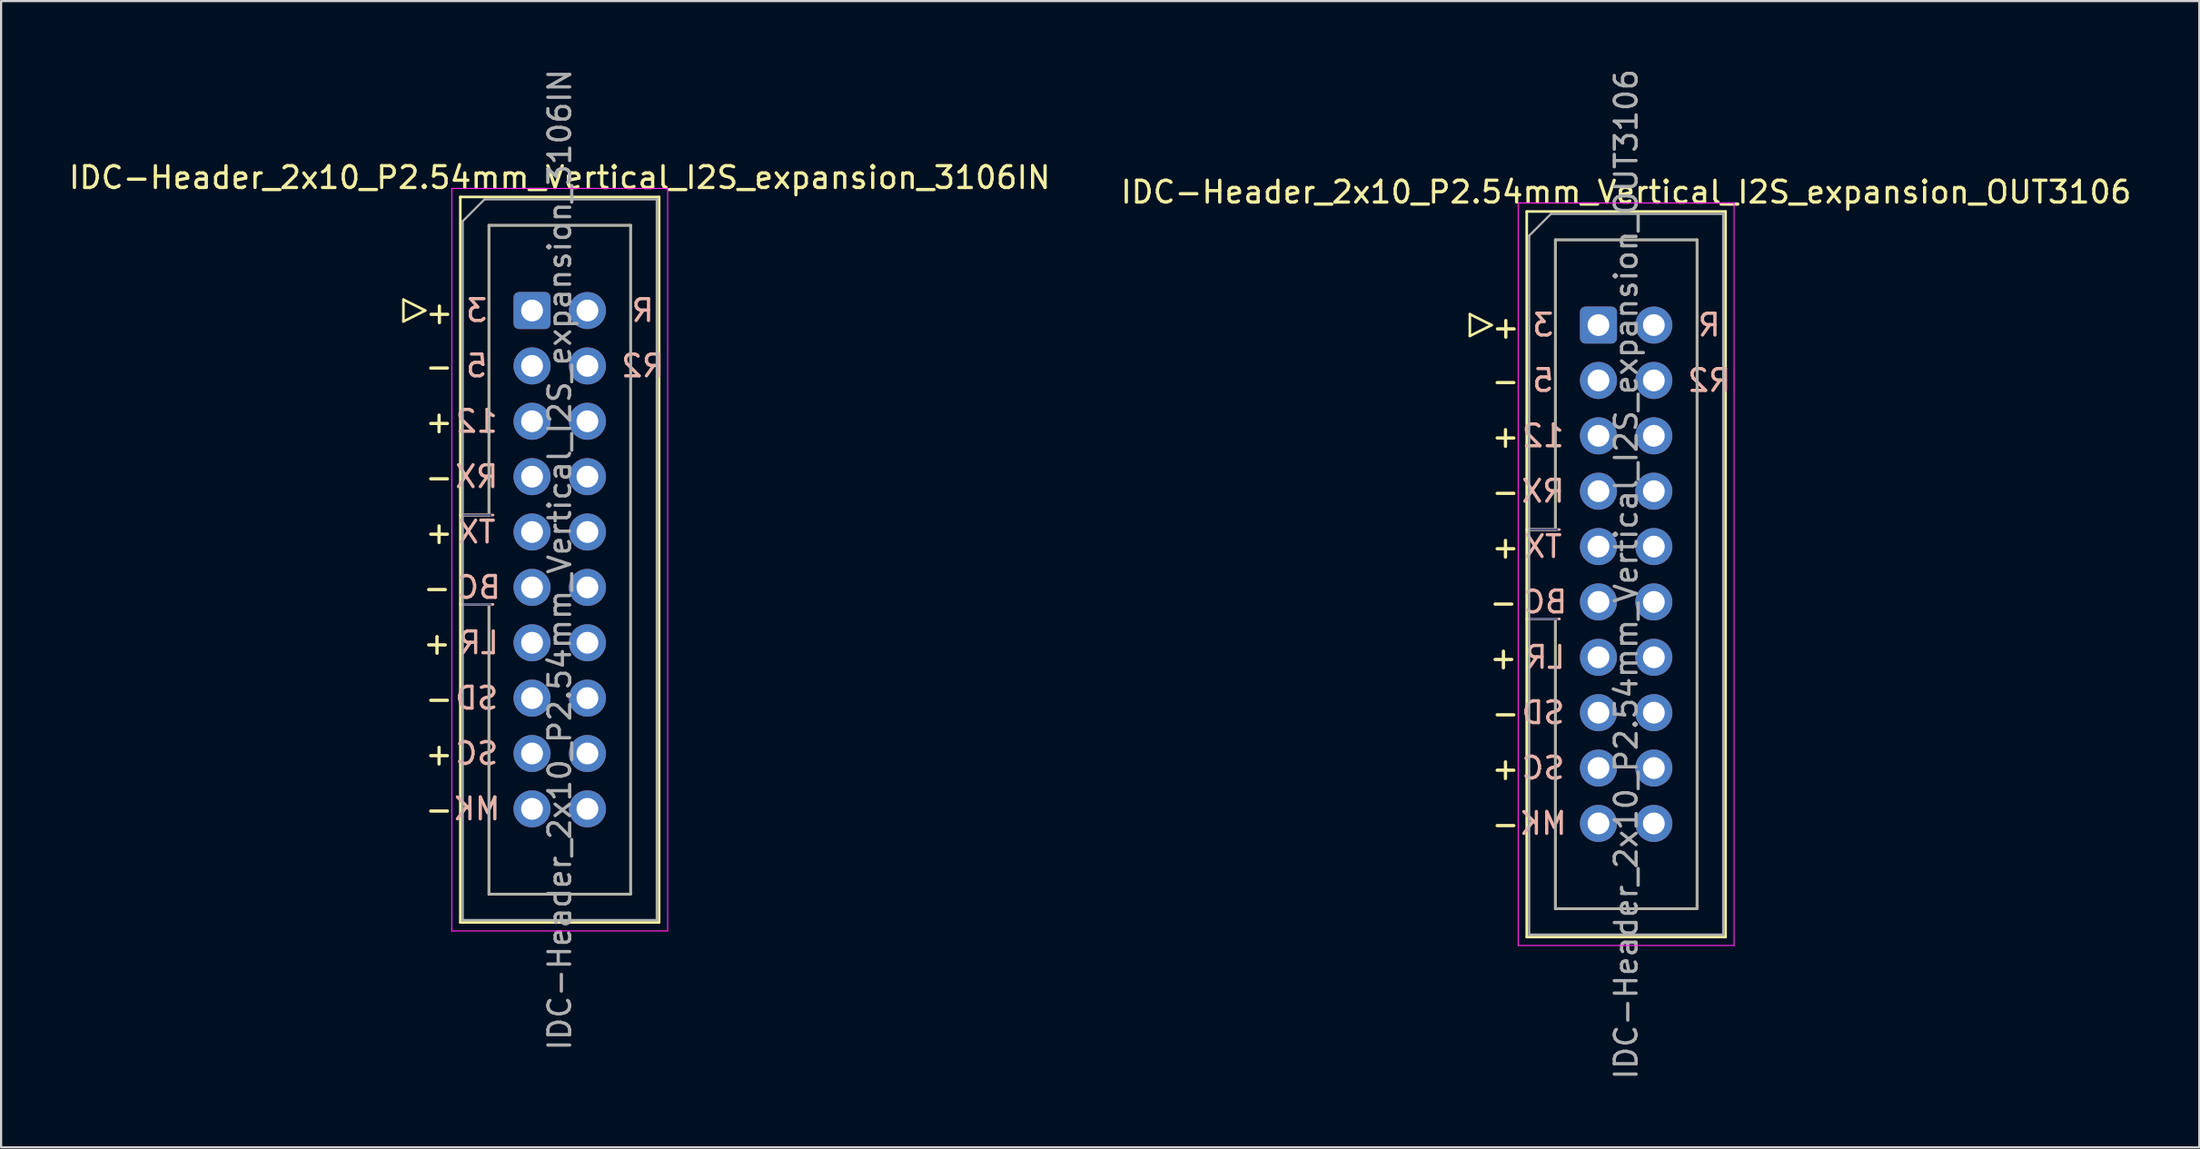
<source format=kicad_pcb>
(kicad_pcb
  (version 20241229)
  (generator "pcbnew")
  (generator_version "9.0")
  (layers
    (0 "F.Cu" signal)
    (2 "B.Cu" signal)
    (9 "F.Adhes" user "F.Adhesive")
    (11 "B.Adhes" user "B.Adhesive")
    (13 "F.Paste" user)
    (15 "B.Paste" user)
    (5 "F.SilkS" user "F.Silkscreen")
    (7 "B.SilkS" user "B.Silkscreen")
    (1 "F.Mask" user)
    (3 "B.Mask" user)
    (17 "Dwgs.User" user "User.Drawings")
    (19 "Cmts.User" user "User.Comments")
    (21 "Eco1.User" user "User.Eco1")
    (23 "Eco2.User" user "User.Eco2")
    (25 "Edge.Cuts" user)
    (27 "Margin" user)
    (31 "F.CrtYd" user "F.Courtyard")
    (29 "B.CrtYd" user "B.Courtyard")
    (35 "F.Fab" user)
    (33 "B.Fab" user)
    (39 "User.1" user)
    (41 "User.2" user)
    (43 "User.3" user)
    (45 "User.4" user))
  (footprint "IDC-Header_2x10_P2.54mm_Vertical_I2S_expansion_3106IN"
    (layer "F.Cu")
    (at 21.355 11.195)
    (property "Reference" "IDC-Header_2x10_P2.54mm_Vertical_I2S_expansion_3106IN" (at 1.27 -6.1 0) (layer "F.SilkS") (effects (font (size 1 1) (thickness 0.15))))
    (attr through_hole)
    (fp_line (start -5.9 -0.5) (end -5.9 0.5) (stroke (width 0.12) (type solid)) (layer "F.SilkS"))
    (fp_line (start -5.9 0.5) (end -4.9 0) (stroke (width 0.12) (type solid)) (layer "F.SilkS"))
    (fp_line (start -4.9 0) (end -5.9 -0.5) (stroke (width 0.12) (type solid)) (layer "F.SilkS"))
    (fp_line (start -3.29 -5.21) (end 5.83 -5.21) (stroke (width 0.12) (type solid)) (layer "F.SilkS"))
    (fp_line (start -3.29 9.38) (end -1.98 9.38) (stroke (width 0.12) (type solid)) (layer "F.SilkS"))
    (fp_line (start -3.29 28.07) (end -3.29 -5.21) (stroke (width 0.12) (type solid)) (layer "F.SilkS"))
    (fp_line (start -1.98 -3.91) (end 4.52 -3.91) (stroke (width 0.12) (type solid)) (layer "F.SilkS"))
    (fp_line (start -1.98 9.38) (end -1.98 -3.91) (stroke (width 0.12) (type solid)) (layer "F.SilkS"))
    (fp_line (start -1.98 13.48) (end -3.29 13.48) (stroke (width 0.12) (type solid)) (layer "F.SilkS"))
    (fp_line (start -1.98 13.48) (end -1.98 13.48) (stroke (width 0.12) (type solid)) (layer "F.SilkS"))
    (fp_line (start -1.98 26.77) (end -1.98 13.48) (stroke (width 0.12) (type solid)) (layer "F.SilkS"))
    (fp_line (start 4.52 -3.91) (end 4.52 26.77) (stroke (width 0.12) (type solid)) (layer "F.SilkS"))
    (fp_line (start 4.52 26.77) (end -1.98 26.77) (stroke (width 0.12) (type solid)) (layer "F.SilkS"))
    (fp_line (start 5.83 -5.21) (end 5.83 28.07) (stroke (width 0.12) (type solid)) (layer "F.SilkS"))
    (fp_line (start 5.83 28.07) (end -3.29 28.07) (stroke (width 0.12) (type solid)) (layer "F.SilkS"))
    (fp_line (start -3.1 13.48) (end -1.79 13.48) (stroke (width 0.12) (type solid)) (layer "B.SilkS"))
    (fp_line (start -1.79 9.38) (end -3.1 9.38) (stroke (width 0.12) (type solid)) (layer "B.SilkS"))
    (fp_line (start -3.68 -5.6) (end -3.68 28.46) (stroke (width 0.05) (type solid)) (layer "F.CrtYd"))
    (fp_line (start -3.68 28.46) (end 6.22 28.46) (stroke (width 0.05) (type solid)) (layer "F.CrtYd"))
    (fp_line (start 6.22 -5.6) (end -3.68 -5.6) (stroke (width 0.05) (type solid)) (layer "F.CrtYd"))
    (fp_line (start 6.22 28.46) (end 6.22 -5.6) (stroke (width 0.05) (type solid)) (layer "F.CrtYd"))
    (fp_line (start -3.1 13.48) (end -1.9 13.48) (stroke (width 0.1) (type solid)) (layer "B.Fab"))
    (fp_line (start -1.9 9.38) (end -3.1 9.38) (stroke (width 0.1) (type solid)) (layer "B.Fab"))
    (fp_line (start -3.18 -4.1) (end -2.18 -5.1) (stroke (width 0.1) (type solid)) (layer "F.Fab"))
    (fp_line (start -3.18 9.38) (end -1.98 9.38) (stroke (width 0.1) (type solid)) (layer "F.Fab"))
    (fp_line (start -3.18 27.96) (end -3.18 -4.1) (stroke (width 0.1) (type solid)) (layer "F.Fab"))
    (fp_line (start -2.18 -5.1) (end 5.72 -5.1) (stroke (width 0.1) (type solid)) (layer "F.Fab"))
    (fp_line (start -1.98 -3.91) (end 4.52 -3.91) (stroke (width 0.1) (type solid)) (layer "F.Fab"))
    (fp_line (start -1.98 9.38) (end -1.98 -3.91) (stroke (width 0.1) (type solid)) (layer "F.Fab"))
    (fp_line (start -1.98 13.48) (end -3.18 13.48) (stroke (width 0.1) (type solid)) (layer "F.Fab"))
    (fp_line (start -1.98 13.48) (end -1.98 13.48) (stroke (width 0.1) (type solid)) (layer "F.Fab"))
    (fp_line (start -1.98 26.77) (end -1.98 13.48) (stroke (width 0.1) (type solid)) (layer "F.Fab"))
    (fp_line (start 4.52 -3.91) (end 4.52 26.77) (stroke (width 0.1) (type solid)) (layer "F.Fab"))
    (fp_line (start 4.52 26.77) (end -1.98 26.77) (stroke (width 0.1) (type solid)) (layer "F.Fab"))
    (fp_line (start 5.72 -5.1) (end 5.72 27.96) (stroke (width 0.1) (type solid)) (layer "F.Fab"))
    (fp_line (start 5.72 27.96) (end -3.18 27.96) (stroke (width 0.1) (type solid)) (layer "F.Fab"))
    (fp_text user "+" (at -4.265 5.105 0) (unlocked yes) (layer "F.SilkS") (effects (font (size 1 1) (thickness 0.15))))
    (fp_text user "+" (at -4.25 0.1 0) (unlocked yes) (layer "F.SilkS") (effects (font (size 1 1) (thickness 0.15))))
    (fp_text user "-" (at -4.265 7.645 0) (unlocked yes) (layer "F.SilkS") (effects (font (size 1 1) (thickness 0.15))))
    (fp_text user "-" (at -4.265 22.885 0) (unlocked yes) (layer "F.SilkS") (effects (font (size 1 1) (thickness 0.15))))
    (fp_text user "+" (at -4.265 10.185 0) (unlocked yes) (layer "F.SilkS") (effects (font (size 1 1) (thickness 0.15))))
    (fp_text user "-" (at -4.265 17.805 0) (unlocked yes) (layer "F.SilkS") (effects (font (size 1 1) (thickness 0.15))))
    (fp_text user "-" (at -4.265 2.565 0) (unlocked yes) (layer "F.SilkS") (effects (font (size 1 1) (thickness 0.15))))
    (fp_text user "+" (at -4.36 15.265 0) (unlocked yes) (layer "F.SilkS") (effects (font (size 1 1) (thickness 0.15))))
    (fp_text user "-" (at -4.36 12.725 0) (unlocked yes) (layer "F.SilkS") (effects (font (size 1 1) (thickness 0.15))))
    (fp_text user "+" (at -4.265 20.345 0) (unlocked yes) (layer "F.SilkS") (effects (font (size 1 1) (thickness 0.15))))
    (fp_text user "R" (at 5.08 0 0) (unlocked yes) (layer "B.SilkS") (effects (font (size 1 1) (thickness 0.15)) (justify mirror)))
    (fp_text user "R2" (at 5.08 2.54 0) (unlocked yes) (layer "B.SilkS") (effects (font (size 1 1) (thickness 0.15)) (justify mirror)))
    (fp_text user "MK" (at -2.54 22.86 0) (unlocked yes) (layer "B.SilkS") (effects (font (size 1 1) (thickness 0.15)) (justify mirror)))
    (fp_text user "SC" (at -2.54 20.32 0) (unlocked yes) (layer "B.SilkS") (effects (font (size 1 1) (thickness 0.15)) (justify mirror)))
    (fp_text user "12" (at -2.54 5.08 0) (unlocked yes) (layer "B.SilkS") (effects (font (size 1 1) (thickness 0.15)) (justify mirror)))
    (fp_text user "TX" (at -2.54 10.16 0) (unlocked yes) (layer "B.SilkS") (effects (font (size 1 1) (thickness 0.15)) (justify mirror)))
    (fp_text user "RX" (at -2.54 7.62 0) (unlocked yes) (layer "B.SilkS") (effects (font (size 1 1) (thickness 0.15)) (justify mirror)))
    (fp_text user "BC" (at -2.445 12.7 0) (unlocked yes) (layer "B.SilkS") (effects (font (size 1 1) (thickness 0.15)) (justify mirror)))
    (fp_text user "3" (at -2.54 0 0) (unlocked yes) (layer "B.SilkS") (effects (font (size 1 1) (thickness 0.15)) (justify mirror)))
    (fp_text user "SD" (at -2.54 17.78 0) (unlocked yes) (layer "B.SilkS") (effects (font (size 1 1) (thickness 0.15)) (justify mirror)))
    (fp_text user "LR" (at -2.445 15.24 0) (unlocked yes) (layer "B.SilkS") (effects (font (size 1 1) (thickness 0.15)) (justify mirror)))
    (fp_text user "5" (at -2.54 2.54 0) (unlocked yes) (layer "B.SilkS") (effects (font (size 1 1) (thickness 0.15)) (justify mirror)))
    (fp_text user "${REFERENCE}" (at 1.27 11.43 90) (layer "F.Fab") (effects (font (size 1 1) (thickness 0.15))))
    (pad "1" thru_hole roundrect (at 0 0) (size 1.7 1.7) (drill 1) (layers "*.Cu" "*.Mask") (roundrect_rratio 0.147))
    (pad "2" thru_hole circle (at 2.54 0) (size 1.7 1.7) (drill 1) (layers "*.Cu" "*.Mask"))
    (pad "3" thru_hole circle (at 0 2.54) (size 1.7 1.7) (drill 1) (layers "*.Cu" "*.Mask"))
    (pad "4" thru_hole circle (at 2.54 2.54) (size 1.7 1.7) (drill 1) (layers "*.Cu" "*.Mask"))
    (pad "5" thru_hole circle (at 0 5.08) (size 1.7 1.7) (drill 1) (layers "*.Cu" "*.Mask"))
    (pad "6" thru_hole circle (at 2.54 5.08) (size 1.7 1.7) (drill 1) (layers "*.Cu" "*.Mask"))
    (pad "7" thru_hole circle (at 0 7.62) (size 1.7 1.7) (drill 1) (layers "*.Cu" "*.Mask"))
    (pad "8" thru_hole circle (at 2.54 7.62) (size 1.7 1.7) (drill 1) (layers "*.Cu" "*.Mask"))
    (pad "9" thru_hole circle (at 0 10.16) (size 1.7 1.7) (drill 1) (layers "*.Cu" "*.Mask"))
    (pad "10" thru_hole circle (at 2.54 10.16) (size 1.7 1.7) (drill 1) (layers "*.Cu" "*.Mask"))
    (pad "11" thru_hole circle (at 0 12.7) (size 1.7 1.7) (drill 1) (layers "*.Cu" "*.Mask"))
    (pad "12" thru_hole circle (at 2.54 12.7) (size 1.7 1.7) (drill 1) (layers "*.Cu" "*.Mask"))
    (pad "13" thru_hole circle (at 0 15.24) (size 1.7 1.7) (drill 1) (layers "*.Cu" "*.Mask"))
    (pad "14" thru_hole circle (at 2.54 15.24) (size 1.7 1.7) (drill 1) (layers "*.Cu" "*.Mask"))
    (pad "15" thru_hole circle (at 0 17.78) (size 1.7 1.7) (drill 1) (layers "*.Cu" "*.Mask"))
    (pad "16" thru_hole circle (at 2.54 17.78) (size 1.7 1.7) (drill 1) (layers "*.Cu" "*.Mask"))
    (pad "17" thru_hole circle (at 0 20.32) (size 1.7 1.7) (drill 1) (layers "*.Cu" "*.Mask"))
    (pad "18" thru_hole circle (at 2.54 20.32) (size 1.7 1.7) (drill 1) (layers "*.Cu" "*.Mask"))
    (pad "19" thru_hole circle (at 0 22.86) (size 1.7 1.7) (drill 1) (layers "*.Cu" "*.Mask"))
    (pad "20" thru_hole circle (at 2.54 22.86) (size 1.7 1.7) (drill 1) (layers "*.Cu" "*.Mask")))
  (footprint "IDC-Header_2x10_P2.54mm_Vertical_I2S_expansion_OUT3106"
    (layer "F.Cu")
    (at 70.272 11.862)
    (property "Reference" "IDC-Header_2x10_P2.54mm_Vertical_I2S_expansion_OUT3106" (at 1.27 -6.1 0) (layer "F.SilkS") (effects (font (size 1 1) (thickness 0.15))))
    (attr through_hole)
    (fp_line (start -5.9 -0.5) (end -5.9 0.5) (stroke (width 0.12) (type solid)) (layer "F.SilkS"))
    (fp_line (start -5.9 0.5) (end -4.9 0) (stroke (width 0.12) (type solid)) (layer "F.SilkS"))
    (fp_line (start -4.9 0) (end -5.9 -0.5) (stroke (width 0.12) (type solid)) (layer "F.SilkS"))
    (fp_line (start -3.29 -5.21) (end 5.83 -5.21) (stroke (width 0.12) (type solid)) (layer "F.SilkS"))
    (fp_line (start -3.29 9.38) (end -1.98 9.38) (stroke (width 0.12) (type solid)) (layer "F.SilkS"))
    (fp_line (start -3.29 28.07) (end -3.29 -5.21) (stroke (width 0.12) (type solid)) (layer "F.SilkS"))
    (fp_line (start -1.98 -3.91) (end 4.52 -3.91) (stroke (width 0.12) (type solid)) (layer "F.SilkS"))
    (fp_line (start -1.98 9.38) (end -1.98 -3.91) (stroke (width 0.12) (type solid)) (layer "F.SilkS"))
    (fp_line (start -1.98 13.48) (end -3.29 13.48) (stroke (width 0.12) (type solid)) (layer "F.SilkS"))
    (fp_line (start -1.98 13.48) (end -1.98 13.48) (stroke (width 0.12) (type solid)) (layer "F.SilkS"))
    (fp_line (start -1.98 26.77) (end -1.98 13.48) (stroke (width 0.12) (type solid)) (layer "F.SilkS"))
    (fp_line (start 4.52 -3.91) (end 4.52 26.77) (stroke (width 0.12) (type solid)) (layer "F.SilkS"))
    (fp_line (start 4.52 26.77) (end -1.98 26.77) (stroke (width 0.12) (type solid)) (layer "F.SilkS"))
    (fp_line (start 5.83 -5.21) (end 5.83 28.07) (stroke (width 0.12) (type solid)) (layer "F.SilkS"))
    (fp_line (start 5.83 28.07) (end -3.29 28.07) (stroke (width 0.12) (type solid)) (layer "F.SilkS"))
    (fp_line (start -3.1 13.48) (end -1.79 13.48) (stroke (width 0.12) (type solid)) (layer "B.SilkS"))
    (fp_line (start -1.79 9.38) (end -3.1 9.38) (stroke (width 0.12) (type solid)) (layer "B.SilkS"))
    (fp_line (start -3.68 -5.6) (end -3.68 28.46) (stroke (width 0.05) (type solid)) (layer "F.CrtYd"))
    (fp_line (start -3.68 28.46) (end 6.22 28.46) (stroke (width 0.05) (type solid)) (layer "F.CrtYd"))
    (fp_line (start 6.22 -5.6) (end -3.68 -5.6) (stroke (width 0.05) (type solid)) (layer "F.CrtYd"))
    (fp_line (start 6.22 28.46) (end 6.22 -5.6) (stroke (width 0.05) (type solid)) (layer "F.CrtYd"))
    (fp_line (start -3.1 13.48) (end -1.9 13.48) (stroke (width 0.1) (type solid)) (layer "B.Fab"))
    (fp_line (start -1.9 9.38) (end -3.1 9.38) (stroke (width 0.1) (type solid)) (layer "B.Fab"))
    (fp_line (start -3.18 -4.1) (end -2.18 -5.1) (stroke (width 0.1) (type solid)) (layer "F.Fab"))
    (fp_line (start -3.18 9.38) (end -1.98 9.38) (stroke (width 0.1) (type solid)) (layer "F.Fab"))
    (fp_line (start -3.18 27.96) (end -3.18 -4.1) (stroke (width 0.1) (type solid)) (layer "F.Fab"))
    (fp_line (start -2.18 -5.1) (end 5.72 -5.1) (stroke (width 0.1) (type solid)) (layer "F.Fab"))
    (fp_line (start -1.98 -3.91) (end 4.52 -3.91) (stroke (width 0.1) (type solid)) (layer "F.Fab"))
    (fp_line (start -1.98 9.38) (end -1.98 -3.91) (stroke (width 0.1) (type solid)) (layer "F.Fab"))
    (fp_line (start -1.98 13.48) (end -3.18 13.48) (stroke (width 0.1) (type solid)) (layer "F.Fab"))
    (fp_line (start -1.98 13.48) (end -1.98 13.48) (stroke (width 0.1) (type solid)) (layer "F.Fab"))
    (fp_line (start -1.98 26.77) (end -1.98 13.48) (stroke (width 0.1) (type solid)) (layer "F.Fab"))
    (fp_line (start 4.52 -3.91) (end 4.52 26.77) (stroke (width 0.1) (type solid)) (layer "F.Fab"))
    (fp_line (start 4.52 26.77) (end -1.98 26.77) (stroke (width 0.1) (type solid)) (layer "F.Fab"))
    (fp_line (start 5.72 -5.1) (end 5.72 27.96) (stroke (width 0.1) (type solid)) (layer "F.Fab"))
    (fp_line (start 5.72 27.96) (end -3.18 27.96) (stroke (width 0.1) (type solid)) (layer "F.Fab"))
    (fp_text user "-" (at -4.265 7.645 0) (unlocked yes) (layer "F.SilkS") (effects (font (size 1 1) (thickness 0.15))))
    (fp_text user "-" (at -4.265 22.885 0) (unlocked yes) (layer "F.SilkS") (effects (font (size 1 1) (thickness 0.15))))
    (fp_text user "+" (at -4.265 20.345 0) (unlocked yes) (layer "F.SilkS") (effects (font (size 1 1) (thickness 0.15))))
    (fp_text user "+" (at -4.265 10.185 0) (unlocked yes) (layer "F.SilkS") (effects (font (size 1 1) (thickness 0.15))))
    (fp_text user "-" (at -4.265 2.565 0) (unlocked yes) (layer "F.SilkS") (effects (font (size 1 1) (thickness 0.15))))
    (fp_text user "-" (at -4.265 17.805 0) (unlocked yes) (layer "F.SilkS") (effects (font (size 1 1) (thickness 0.15))))
    (fp_text user "+" (at -4.36 15.265 0) (unlocked yes) (layer "F.SilkS") (effects (font (size 1 1) (thickness 0.15))))
    (fp_text user "+" (at -4.265 5.105 0) (unlocked yes) (layer "F.SilkS") (effects (font (size 1 1) (thickness 0.15))))
    (fp_text user "+" (at -4.25 0.1 0) (unlocked yes) (layer "F.SilkS") (effects (font (size 1 1) (thickness 0.15))))
    (fp_text user "-" (at -4.36 12.725 0) (unlocked yes) (layer "F.SilkS") (effects (font (size 1 1) (thickness 0.15))))
    (fp_text user "SD" (at -2.54 17.78 0) (unlocked yes) (layer "B.SilkS") (effects (font (size 1 1) (thickness 0.15)) (justify mirror)))
    (fp_text user "R" (at 5.08 0 0) (unlocked yes) (layer "B.SilkS") (effects (font (size 1 1) (thickness 0.15)) (justify mirror)))
    (fp_text user "R2" (at 5.08 2.54 0) (unlocked yes) (layer "B.SilkS") (effects (font (size 1 1) (thickness 0.15)) (justify mirror)))
    (fp_text user "5" (at -2.54 2.54 0) (unlocked yes) (layer "B.SilkS") (effects (font (size 1 1) (thickness 0.15)) (justify mirror)))
    (fp_text user "TX" (at -2.54 10.16 0) (unlocked yes) (layer "B.SilkS") (effects (font (size 1 1) (thickness 0.15)) (justify mirror)))
    (fp_text user "RX" (at -2.54 7.62 0) (unlocked yes) (layer "B.SilkS") (effects (font (size 1 1) (thickness 0.15)) (justify mirror)))
    (fp_text user "SC" (at -2.54 20.32 0) (unlocked yes) (layer "B.SilkS") (effects (font (size 1 1) (thickness 0.15)) (justify mirror)))
    (fp_text user "LR" (at -2.445 15.24 0) (unlocked yes) (layer "B.SilkS") (effects (font (size 1 1) (thickness 0.15)) (justify mirror)))
    (fp_text user "BC" (at -2.445 12.7 0) (unlocked yes) (layer "B.SilkS") (effects (font (size 1 1) (thickness 0.15)) (justify mirror)))
    (fp_text user "12" (at -2.54 5.08 0) (unlocked yes) (layer "B.SilkS") (effects (font (size 1 1) (thickness 0.15)) (justify mirror)))
    (fp_text user "3" (at -2.54 0 0) (unlocked yes) (layer "B.SilkS") (effects (font (size 1 1) (thickness 0.15)) (justify mirror)))
    (fp_text user "MK" (at -2.54 22.86 0) (unlocked yes) (layer "B.SilkS") (effects (font (size 1 1) (thickness 0.15)) (justify mirror)))
    (fp_text user "${REFERENCE}" (at 1.27 11.43 90) (layer "F.Fab") (effects (font (size 1 1) (thickness 0.15))))
    (pad "1" thru_hole roundrect (at 0 0) (size 1.7 1.7) (drill 1) (layers "*.Cu" "*.Mask") (roundrect_rratio 0.147))
    (pad "2" thru_hole circle (at 2.54 0) (size 1.7 1.7) (drill 1) (layers "*.Cu" "*.Mask"))
    (pad "3" thru_hole circle (at 0 2.54) (size 1.7 1.7) (drill 1) (layers "*.Cu" "*.Mask"))
    (pad "4" thru_hole circle (at 2.54 2.54) (size 1.7 1.7) (drill 1) (layers "*.Cu" "*.Mask"))
    (pad "5" thru_hole circle (at 0 5.08) (size 1.7 1.7) (drill 1) (layers "*.Cu" "*.Mask"))
    (pad "6" thru_hole circle (at 2.54 5.08) (size 1.7 1.7) (drill 1) (layers "*.Cu" "*.Mask"))
    (pad "7" thru_hole circle (at 0 7.62) (size 1.7 1.7) (drill 1) (layers "*.Cu" "*.Mask"))
    (pad "8" thru_hole circle (at 2.54 7.62) (size 1.7 1.7) (drill 1) (layers "*.Cu" "*.Mask"))
    (pad "9" thru_hole circle (at 0 10.16) (size 1.7 1.7) (drill 1) (layers "*.Cu" "*.Mask"))
    (pad "10" thru_hole circle (at 2.54 10.16) (size 1.7 1.7) (drill 1) (layers "*.Cu" "*.Mask"))
    (pad "11" thru_hole circle (at 0 12.7) (size 1.7 1.7) (drill 1) (layers "*.Cu" "*.Mask"))
    (pad "12" thru_hole circle (at 2.54 12.7) (size 1.7 1.7) (drill 1) (layers "*.Cu" "*.Mask"))
    (pad "13" thru_hole circle (at 0 15.24) (size 1.7 1.7) (drill 1) (layers "*.Cu" "*.Mask"))
    (pad "14" thru_hole circle (at 2.54 15.24) (size 1.7 1.7) (drill 1) (layers "*.Cu" "*.Mask"))
    (pad "15" thru_hole circle (at 0 17.78) (size 1.7 1.7) (drill 1) (layers "*.Cu" "*.Mask"))
    (pad "16" thru_hole circle (at 2.54 17.78) (size 1.7 1.7) (drill 1) (layers "*.Cu" "*.Mask"))
    (pad "17" thru_hole circle (at 0 20.32) (size 1.7 1.7) (drill 1) (layers "*.Cu" "*.Mask"))
    (pad "18" thru_hole circle (at 2.54 20.32) (size 1.7 1.7) (drill 1) (layers "*.Cu" "*.Mask"))
    (pad "19" thru_hole circle (at 0 22.86) (size 1.7 1.7) (drill 1) (layers "*.Cu" "*.Mask"))
    (pad "20" thru_hole circle (at 2.54 22.86) (size 1.7 1.7) (drill 1) (layers "*.Cu" "*.Mask")))
  (gr_rect
    (start -3 -3)
    (end 97.833 49.583)
    (stroke (width 0.1) (type default))
    (fill no)
    (layer "Edge.Cuts")))
</source>
